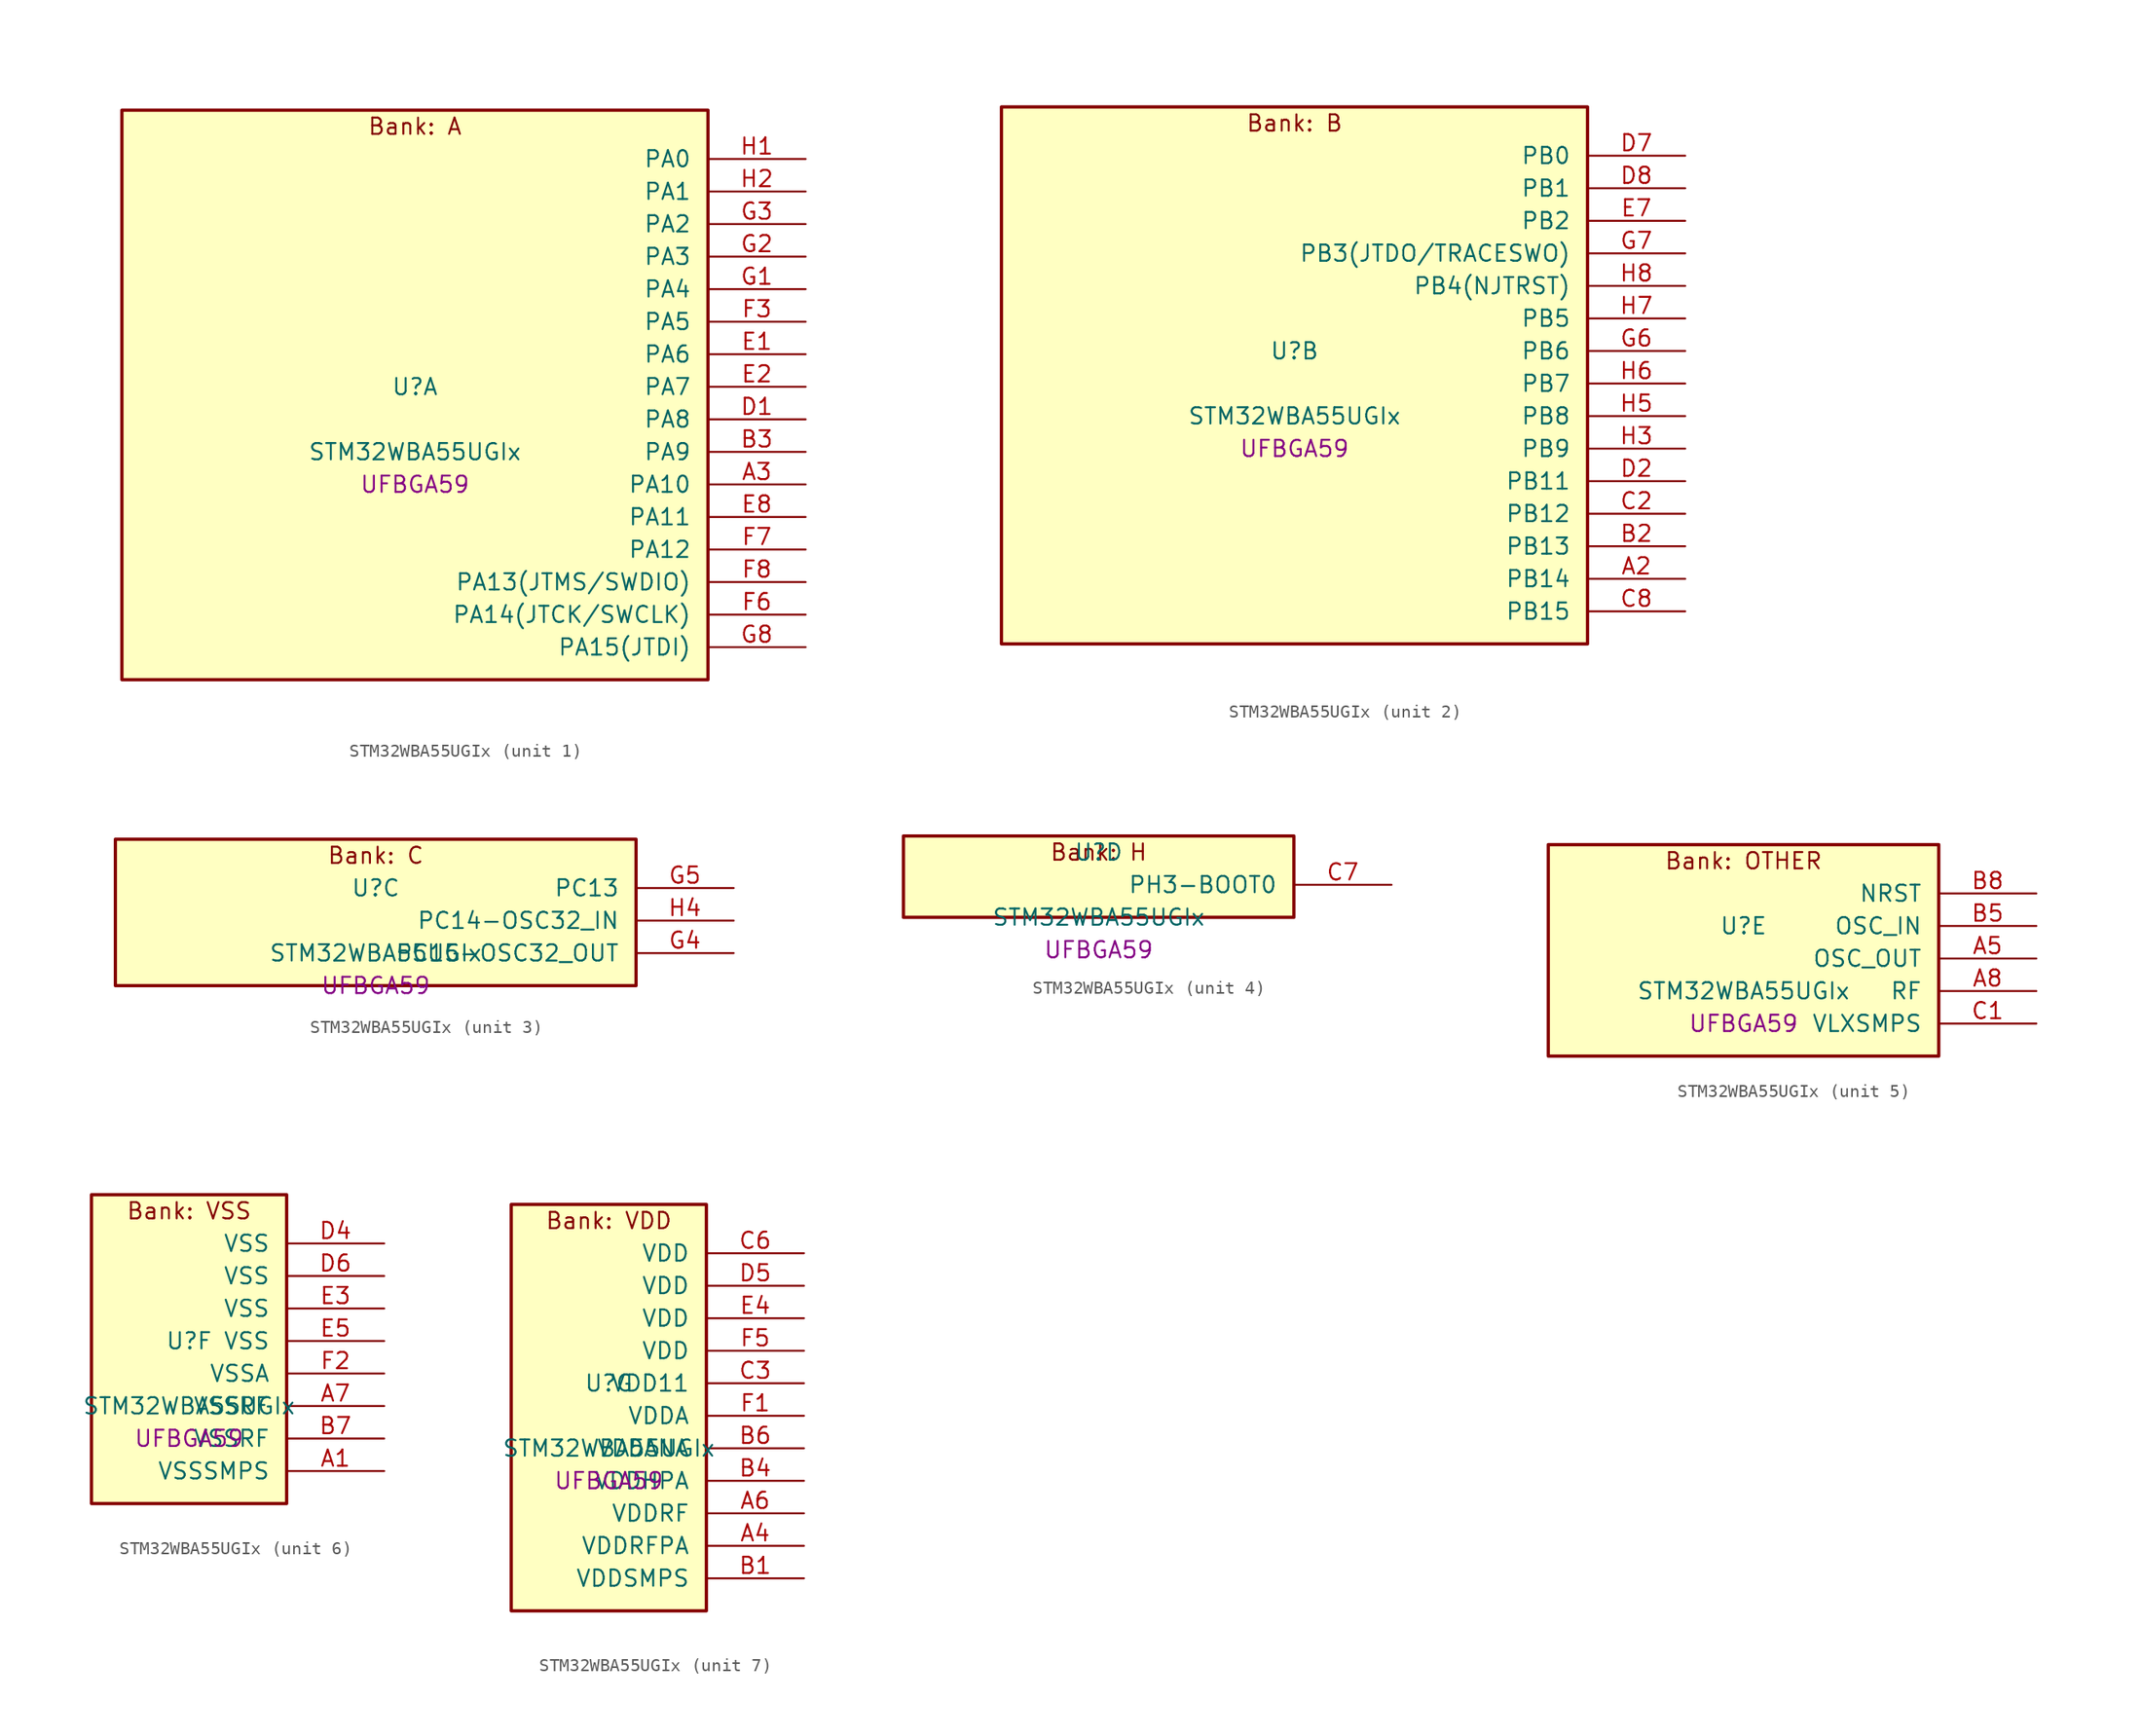
<source format=kicad_sym>
(kicad_symbol_lib
  (version 20241209)
  (generator "stm32_pkl_generator")
  (generator_version "1.0")
  (symbol "STM32WBA55UGIx"
    (pin_names
      (offset 1.27))
    (property "Reference" "U"
      (at 0 2.54 0))
    (property "Value" "STM32WBA55UGIx"
      (at 0 -2.54 0))
    (property "Footprint" "UFBGA59"
      (at 0 -5.08 0))
    (symbol "STM32WBA55UGIx_1_1"
      (rectangle (start -22.86 24.13) (end 22.86 -20.32) (stroke (width 0.254) (type solid)) (fill (type background)))
      (text "Bank: A" (at 0 22.86 0))
      (pin bidirectional line (at 30.48 20.32 180) (length 7.62) (name "PA0") (number "H1") (alternate "PA0/ADC4_IN9" bidirectional line) (alternate "PA0/COMP2_INP" bidirectional line) (alternate "PA0/LPTIM1_IN1" bidirectional line) (alternate "PA0/LPUART1_CTS" bidirectional line) (alternate "PA0/PWR_WKUP1" bidirectional line) (alternate "PA0/SPI3_SCK" bidirectional line) (alternate "PA0/TIM1_CH2N" bidirectional line) (alternate "PA0/TIM3_CH3" bidirectional line) (alternate "PA0/TIM3_ETR" bidirectional line) (alternate "PA0/TSC_G2_IO2" bidirectional line))
      (pin bidirectional line (at 30.48 17.78 180) (length 7.62) (name "PA1") (number "H2") (alternate "PA1/ADC4_IN8" bidirectional line) (alternate "PA1/COMP1_INM" bidirectional line) (alternate "PA1/LPTIM2_CH2" bidirectional line) (alternate "PA1/LPUART1_RX" bidirectional line) (alternate "PA1/PWR_WKUP3" bidirectional line) (alternate "PA1/SAI1_CK1" bidirectional line) (alternate "PA1/SPI1_RDY" bidirectional line) (alternate "PA1/TIM17_CH1" bidirectional line) (alternate "PA1/TIM1_CH1N" bidirectional line) (alternate "PA1/TIM3_CH2" bidirectional line) (alternate "PA1/TSC_G2_IO1" bidirectional line) (alternate "PA1/USART1_CK" bidirectional line))
      (pin bidirectional line (at 30.48 15.24 180) (length 7.62) (name "PA2") (number "G3") (alternate "PA2/ADC4_IN7" bidirectional line) (alternate "PA2/COMP1_INP" bidirectional line) (alternate "PA2/LPUART1_TX" bidirectional line) (alternate "PA2/PWR_WKUP4" bidirectional line) (alternate "PA2/RCC_LSCO" bidirectional line) (alternate "PA2/SAI1_D1" bidirectional line) (alternate "PA2/TIM16_CH1" bidirectional line) (alternate "PA2/TIM1_BKIN" bidirectional line) (alternate "PA2/TIM3_CH1" bidirectional line) (alternate "PA2/TSC_G4_IO4" bidirectional line) (alternate "PA2/USART1_DE" bidirectional line) (alternate "PA2/USART1_RTS" bidirectional line))
      (pin bidirectional line (at 30.48 12.7 180) (length 7.62) (name "PA3") (number "G2") (alternate "PA3/ADC4_IN6" bidirectional line) (alternate "PA3/PWR_WKUP5" bidirectional line) (alternate "PA3/TIM16_CH1N" bidirectional line) (alternate "PA3/TSC_G4_IO2" bidirectional line) (alternate "PA3/USART1_DE" bidirectional line) (alternate "PA3/USART1_RTS" bidirectional line))
      (pin bidirectional line (at 30.48 10.16 180) (length 7.62) (name "PA4") (number "G1") (alternate "PA4/ADC4_IN5" bidirectional line) (alternate "PA4/AUDIOCLK" bidirectional line) (alternate "PA4/PWR_WKUP2" bidirectional line) (alternate "PA4/TAMP_IN6" bidirectional line) (alternate "PA4/TAMP_OUT3" bidirectional line) (alternate "PA4/TIM16_CH1" bidirectional line) (alternate "PA4/TSC_G4_IO1" bidirectional line) (alternate "PA4/USART1_CTS" bidirectional line))
      (pin bidirectional line (at 30.48 7.62 180) (length 7.62) (name "PA5") (number "F3") (alternate "PA5/ADC4_IN4" bidirectional line) (alternate "PA5/AUDIOCLK" bidirectional line) (alternate "PA5/LPTIM2_ETR" bidirectional line) (alternate "PA5/PWR_CSLEEP" bidirectional line) (alternate "PA5/PWR_WKUP6" bidirectional line) (alternate "PA5/SAI1_D2" bidirectional line) (alternate "PA5/SPI3_NSS" bidirectional line) (alternate "PA5/TIM2_CH1" bidirectional line) (alternate "PA5/TIM2_ETR" bidirectional line) (alternate "PA5/TSC_G1_IO4" bidirectional line) (alternate "PA5/USART1_CK" bidirectional line))
      (pin bidirectional line (at 30.48 5.08 180) (length 7.62) (name "PA6") (number "E1") (alternate "PA6/ADC4_IN3" bidirectional line) (alternate "PA6/I2C3_SCL" bidirectional line) (alternate "PA6/PWR_CSTOP" bidirectional line) (alternate "PA6/PWR_WKUP7" bidirectional line) (alternate "PA6/SAI1_CK2" bidirectional line) (alternate "PA6/SAI1_MCLK_A" bidirectional line) (alternate "PA6/SPI3_RDY" bidirectional line) (alternate "PA6/TIM2_CH4" bidirectional line) (alternate "PA6/TSC_G1_IO3" bidirectional line) (alternate "PA6/USART1_DE" bidirectional line) (alternate "PA6/USART1_RTS" bidirectional line))
      (pin bidirectional line (at 30.48 2.54 180) (length 7.62) (name "PA7") (number "E2") (alternate "PA7/ADC4_IN2" bidirectional line) (alternate "PA7/COMP1_OUT" bidirectional line) (alternate "PA7/I2C3_SDA" bidirectional line) (alternate "PA7/PWR_WKUP8" bidirectional line) (alternate "PA7/SAI1_SCK_A" bidirectional line) (alternate "PA7/TAMP_IN1" bidirectional line) (alternate "PA7/TAMP_OUT2" bidirectional line) (alternate "PA7/TIM2_CH3" bidirectional line) (alternate "PA7/TSC_G1_IO2" bidirectional line) (alternate "PA7/USART1_CTS" bidirectional line))
      (pin bidirectional line (at 30.48 0 180) (length 7.62) (name "PA8") (number "D1") (alternate "PA8/ADC4_IN1" bidirectional line) (alternate "PA8/LPTIM1_CH2" bidirectional line) (alternate "PA8/RCC_MCO" bidirectional line) (alternate "PA8/SAI1_FS_A" bidirectional line) (alternate "PA8/SPI3_RDY" bidirectional line) (alternate "PA8/TIM2_CH2" bidirectional line) (alternate "PA8/TSC_G1_IO1" bidirectional line) (alternate "PA8/USART1_RX" bidirectional line))
      (pin bidirectional line (at 30.48 -2.54 180) (length 7.62) (name "PA9") (number "B3") (alternate "PA9/LPUART1_DE" bidirectional line) (alternate "PA9/LPUART1_RTS" bidirectional line) (alternate "PA9/SAI1_CK1" bidirectional line) (alternate "PA9/TIM3_CH2" bidirectional line))
      (pin bidirectional line (at 30.48 -5.08 180) (length 7.62) (name "PA10") (number "A3") (alternate "PA10/LPUART1_RX" bidirectional line) (alternate "PA10/SAI1_D1" bidirectional line) (alternate "PA10/TIM3_CH1" bidirectional line))
      (pin bidirectional line (at 30.48 -7.62 180) (length 7.62) (name "PA11") (number "E8") (alternate "PA11/LPTIM2_CH1" bidirectional line) (alternate "PA11/RF_ANTSW1" bidirectional line) (alternate "PA11/TIM1_CH1" bidirectional line) (alternate "PA11/USART2_RX" bidirectional line))
      (pin bidirectional line (at 30.48 -10.16 180) (length 7.62) (name "PA12") (number "F7") (alternate "PA12/COMP2_OUT" bidirectional line) (alternate "PA12/PTA_STATUS" bidirectional line) (alternate "PA12/PWR_WKUP6" bidirectional line) (alternate "PA12/RF_ANTSW0" bidirectional line) (alternate "PA12/SPI1_NSS" bidirectional line) (alternate "PA12/TIM1_CH2" bidirectional line) (alternate "PA12/TSC_G3_IO4" bidirectional line) (alternate "PA12/USART2_TX" bidirectional line))
      (pin bidirectional line (at 30.48 -12.7 180) (length 7.62) (name "PA13(JTMS/SWDIO)") (number "F8") (alternate "PA13(JTMS/SWDIO)/DEBUG_JTMS-SWDIO" bidirectional line) (alternate "PA13(JTMS/SWDIO)/IR_OUT" bidirectional line) (alternate "PA13(JTMS/SWDIO)/PTA_PRIORITY" bidirectional line))
      (pin bidirectional line (at 30.48 -15.24 180) (length 7.62) (name "PA14(JTCK/SWCLK)") (number "F6") (alternate "PA14(JTCK/SWCLK)/COMP2_OUT" bidirectional line) (alternate "PA14(JTCK/SWCLK)/DEBUG_JTCK-SWCLK" bidirectional line) (alternate "PA14(JTCK/SWCLK)/PTA_STATUS" bidirectional line) (alternate "PA14(JTCK/SWCLK)/TAMP_IN3" bidirectional line) (alternate "PA14(JTCK/SWCLK)/TAMP_OUT6" bidirectional line) (alternate "PA14(JTCK/SWCLK)/USART2_TX" bidirectional line))
      (pin bidirectional line (at 30.48 -17.78 180) (length 7.62) (name "PA15(JTDI)") (number "G8") (alternate "PA15(JTDI)/ADC4_EXTI15" bidirectional line) (alternate "PA15(JTDI)/DEBUG_JTDI" bidirectional line) (alternate "PA15(JTDI)/I2C1_SCL" bidirectional line) (alternate "PA15(JTDI)/LPTIM1_CH2" bidirectional line) (alternate "PA15(JTDI)/PTA_STATUS" bidirectional line) (alternate "PA15(JTDI)/SPI1_MOSI" bidirectional line) (alternate "PA15(JTDI)/TIM17_BKIN" bidirectional line) (alternate "PA15(JTDI)/TIM1_ETR" bidirectional line) (alternate "PA15(JTDI)/TSC_G3_IO3" bidirectional line) (alternate "PA15(JTDI)/USART2_DE" bidirectional line) (alternate "PA15(JTDI)/USART2_RTS" bidirectional line)))
    (symbol "STM32WBA55UGIx_2_1"
      (rectangle (start -22.86 21.59) (end 22.86 -20.32) (stroke (width 0.254) (type solid)) (fill (type background)))
      (text "Bank: B" (at 0 20.32 0))
      (pin bidirectional line (at 30.48 17.78 180) (length 7.62) (name "PB0") (number "D7") (alternate "PB0/LPTIM2_IN2" bidirectional line) (alternate "PB0/TIM1_CH3N" bidirectional line) (alternate "PB0/USART2_TX" bidirectional line))
      (pin bidirectional line (at 30.48 15.24 180) (length 7.62) (name "PB1") (number "D8") (alternate "PB1/I2C1_SDA" bidirectional line) (alternate "PB1/I2C3_SDA" bidirectional line) (alternate "PB1/PWR_WKUP4" bidirectional line) (alternate "PB1/TIM1_CH2N" bidirectional line) (alternate "PB1/USART2_DE" bidirectional line) (alternate "PB1/USART2_RTS" bidirectional line))
      (pin bidirectional line (at 30.48 12.7 180) (length 7.62) (name "PB2") (number "E7") (alternate "PB2/I2C1_SCL" bidirectional line) (alternate "PB2/I2C3_SCL" bidirectional line) (alternate "PB2/PWR_WKUP1" bidirectional line) (alternate "PB2/RF_ANTSW2" bidirectional line) (alternate "PB2/RTC_OUT2" bidirectional line) (alternate "PB2/TIM1_CH1N" bidirectional line) (alternate "PB2/USART2_CTS" bidirectional line))
      (pin bidirectional line (at 30.48 10.16 180) (length 7.62) (name "PB3(JTDO/TRACESWO)") (number "G7") (alternate "PB3(JTDO/TRACESWO)/DEBUG_JTDO-SWO" bidirectional line) (alternate "PB3(JTDO/TRACESWO)/I2C1_SDA" bidirectional line) (alternate "PB3(JTDO/TRACESWO)/LPTIM1_IN2" bidirectional line) (alternate "PB3(JTDO/TRACESWO)/PTA_ACTIVE" bidirectional line) (alternate "PB3(JTDO/TRACESWO)/SPI1_MISO" bidirectional line) (alternate "PB3(JTDO/TRACESWO)/TIM17_CH1N" bidirectional line) (alternate "PB3(JTDO/TRACESWO)/TIM1_CH4" bidirectional line) (alternate "PB3(JTDO/TRACESWO)/TSC_G3_IO2" bidirectional line) (alternate "PB3(JTDO/TRACESWO)/USART2_CK" bidirectional line))
      (pin bidirectional line (at 30.48 7.62 180) (length 7.62) (name "PB4(NJTRST)") (number "H8") (alternate "PB4(NJTRST)/DEBUG_JTRST" bidirectional line) (alternate "PB4(NJTRST)/LPTIM2_IN2" bidirectional line) (alternate "PB4(NJTRST)/PTA_ACTIVE" bidirectional line) (alternate "PB4(NJTRST)/PTA_PRIORITY" bidirectional line) (alternate "PB4(NJTRST)/SAI1_MCLK_B" bidirectional line) (alternate "PB4(NJTRST)/SPI1_SCK" bidirectional line) (alternate "PB4(NJTRST)/TIM17_CH1" bidirectional line) (alternate "PB4(NJTRST)/TIM1_CH3" bidirectional line) (alternate "PB4(NJTRST)/TSC_G3_IO1" bidirectional line) (alternate "PB4(NJTRST)/USART2_RX" bidirectional line))
      (pin bidirectional line (at 30.48 5.08 180) (length 7.62) (name "PB5") (number "H7") (alternate "PB5/LPUART1_TX" bidirectional line) (alternate "PB5/SAI1_D2" bidirectional line) (alternate "PB5/SAI1_FS_B" bidirectional line) (alternate "PB5/TIM3_CH1" bidirectional line) (alternate "PB5/TSC_G5_IO4" bidirectional line))
      (pin bidirectional line (at 30.48 2.54 180) (length 7.62) (name "PB6") (number "G6") (alternate "PB6/PWR_WKUP3" bidirectional line) (alternate "PB6/SAI1_SCK_B" bidirectional line) (alternate "PB6/TIM2_CH1" bidirectional line) (alternate "PB6/TIM2_ETR" bidirectional line) (alternate "PB6/TSC_G5_IO3" bidirectional line))
      (pin bidirectional line (at 30.48 0 180) (length 7.62) (name "PB7") (number "H6") (alternate "PB7/PWR_WKUP5" bidirectional line) (alternate "PB7/SAI1_SD_B" bidirectional line) (alternate "PB7/TAMP_IN5" bidirectional line) (alternate "PB7/TAMP_OUT4" bidirectional line) (alternate "PB7/TIM1_CH4N" bidirectional line) (alternate "PB7/TSC_G5_IO2" bidirectional line))
      (pin bidirectional line (at 30.48 -2.54 180) (length 7.62) (name "PB8") (number "H5") (alternate "PB8/COMP1_OUT" bidirectional line) (alternate "PB8/LPTIM1_ETR" bidirectional line) (alternate "PB8/PWR_PVD_IN" bidirectional line) (alternate "PB8/SPI3_MOSI" bidirectional line) (alternate "PB8/TIM16_CH1N" bidirectional line) (alternate "PB8/TIM1_CH1" bidirectional line) (alternate "PB8/TIM3_ETR" bidirectional line) (alternate "PB8/TSC_G2_IO4" bidirectional line) (alternate "PB8/USART2_RX" bidirectional line))
      (pin bidirectional line (at 30.48 -5.08 180) (length 7.62) (name "PB9") (number "H3") (alternate "PB9/ADC4_IN10" bidirectional line) (alternate "PB9/COMP2_INM" bidirectional line) (alternate "PB9/IR_OUT" bidirectional line) (alternate "PB9/LPTIM2_IN1" bidirectional line) (alternate "PB9/LPUART1_DE" bidirectional line) (alternate "PB9/LPUART1_RTS" bidirectional line) (alternate "PB9/PWR_WKUP8" bidirectional line) (alternate "PB9/SPI3_MISO" bidirectional line) (alternate "PB9/TIM16_CH1" bidirectional line) (alternate "PB9/TIM1_CH3N" bidirectional line) (alternate "PB9/TIM3_CH4" bidirectional line) (alternate "PB9/TSC_G2_IO3" bidirectional line))
      (pin bidirectional line (at 30.48 -7.62 180) (length 7.62) (name "PB11") (number "D2") (alternate "PB11/LPTIM1_CH1" bidirectional line) (alternate "PB11/LPTIM1_ETR" bidirectional line) (alternate "PB11/LPUART1_TX" bidirectional line))
      (pin bidirectional line (at 30.48 -10.16 180) (length 7.62) (name "PB12") (number "C2") (alternate "PB12/SAI1_SD_A" bidirectional line) (alternate "PB12/SPI1_RDY" bidirectional line) (alternate "PB12/TIM2_CH1" bidirectional line) (alternate "PB12/TIM2_ETR" bidirectional line) (alternate "PB12/TIM3_ETR" bidirectional line) (alternate "PB12/TSC_SYNC" bidirectional line) (alternate "PB12/USART1_TX" bidirectional line))
      (pin bidirectional line (at 30.48 -12.7 180) (length 7.62) (name "PB13") (number "B2") (alternate "PB13/TIM3_CH4" bidirectional line) (alternate "PB13/TSC_G6_IO2" bidirectional line))
      (pin bidirectional line (at 30.48 -15.24 180) (length 7.62) (name "PB14") (number "A2") (alternate "PB14/PWR_WKUP7" bidirectional line) (alternate "PB14/RTC_REFIN" bidirectional line) (alternate "PB14/SAI1_SD_A" bidirectional line) (alternate "PB14/TIM3_CH3" bidirectional line) (alternate "PB14/TSC_G6_IO1" bidirectional line) (alternate "PB14/USART1_TX" bidirectional line))
      (pin bidirectional line (at 30.48 -17.78 180) (length 7.62) (name "PB15") (number "C8") (alternate "PB15/ADC4_EXTI15" bidirectional line) (alternate "PB15/I2C1_SMBA" bidirectional line) (alternate "PB15/I2C3_SMBA" bidirectional line) (alternate "PB15/LPUART1_CTS" bidirectional line) (alternate "PB15/PTA_GRANT" bidirectional line) (alternate "PB15/RF_EXTPABYP" bidirectional line) (alternate "PB15/TIM16_BKIN" bidirectional line) (alternate "PB15/TIM1_BKIN2" bidirectional line) (alternate "PB15/USART2_CTS" bidirectional line)))
    (symbol "STM32WBA55UGIx_3_1"
      (rectangle (start -20.32 6.35) (end 20.32 -5.08) (stroke (width 0.254) (type solid)) (fill (type background)))
      (text "Bank: C" (at 0 5.08 0))
      (pin bidirectional line (at 27.94 2.54 180) (length 7.62) (name "PC13") (number "G5") (alternate "PC13/PWR_WKUP2" bidirectional line) (alternate "PC13/RTC_OUT1" bidirectional line) (alternate "PC13/RTC_TS" bidirectional line) (alternate "PC13/TAMP_IN4" bidirectional line) (alternate "PC13/TAMP_OUT5" bidirectional line) (alternate "PC13/TIM1_BKIN2" bidirectional line) (alternate "PC13/TSC_G5_IO1" bidirectional line))
      (pin bidirectional line (at 27.94 0 180) (length 7.62) (name "PC14-OSC32_IN") (number "H4") (alternate "PC14-OSC32_IN/RCC_OSC32_IN" bidirectional line))
      (pin bidirectional line (at 27.94 -2.54 180) (length 7.62) (name "PC15-OSC32_OUT") (number "G4") (alternate "PC15-OSC32_OUT/ADC4_EXTI15" bidirectional line) (alternate "PC15-OSC32_OUT/RCC_OSC32_OUT" bidirectional line)))
    (symbol "STM32WBA55UGIx_4_1"
      (rectangle (start -15.24 3.81) (end 15.24 -2.54) (stroke (width 0.254) (type solid)) (fill (type background)))
      (text "Bank: H" (at 0 2.54 0))
      (pin bidirectional line (at 22.86 0 180) (length 7.62) (name "PH3-BOOT0") (number "C7") (alternate "PH3-BOOT0/PTA_GRANT" bidirectional line) (alternate "PH3-BOOT0/RF_EXTPABYP" bidirectional line) (alternate "PH3-BOOT0/TAMP_IN2" bidirectional line) (alternate "PH3-BOOT0/TAMP_OUT1" bidirectional line)))
    (symbol "STM32WBA55UGIx_5_1"
      (rectangle (start -15.24 8.89) (end 15.24 -7.62) (stroke (width 0.254) (type solid)) (fill (type background)))
      (text "Bank: OTHER" (at 0 7.62 0))
      (pin input line (at 22.86 5.08 180) (length 7.62) (name "NRST") (number "B8"))
      (pin bidirectional line (at 22.86 2.54 180) (length 7.62) (name "OSC_IN") (number "B5") (alternate "OSC_IN/RCC_OSC_IN" bidirectional line))
      (pin bidirectional line (at 22.86 0 180) (length 7.62) (name "OSC_OUT") (number "A5") (alternate "OSC_OUT/RCC_OSC_OUT" bidirectional line))
      (pin bidirectional line (at 22.86 -2.54 180) (length 7.62) (name "RF") (number "A8"))
      (pin power_in line (at 22.86 -5.08 180) (length 7.62) (name "VLXSMPS") (number "C1")))
    (symbol "STM32WBA55UGIx_6_1"
      (rectangle (start -7.62 13.97) (end 7.62 -10.16) (stroke (width 0.254) (type solid)) (fill (type background)))
      (text "Bank: VSS" (at 0 12.7 0))
      (pin power_in line (at 15.24 10.16 180) (length 7.62) (name "VSS") (number "D4"))
      (pin power_in line (at 15.24 7.62 180) (length 7.62) (name "VSS") (number "D6"))
      (pin power_in line (at 15.24 5.08 180) (length 7.62) (name "VSS") (number "E3"))
      (pin power_in line (at 15.24 2.54 180) (length 7.62) (name "VSS") (number "E5"))
      (pin power_in line (at 15.24 0 180) (length 7.62) (name "VSSA") (number "F2"))
      (pin power_in line (at 15.24 -2.54 180) (length 7.62) (name "VSSRF") (number "A7"))
      (pin power_in line (at 15.24 -5.08 180) (length 7.62) (name "VSSRF") (number "B7"))
      (pin power_in line (at 15.24 -7.62 180) (length 7.62) (name "VSSSMPS") (number "A1")))
    (symbol "STM32WBA55UGIx_7_1"
      (rectangle (start -7.62 16.51) (end 7.62 -15.24) (stroke (width 0.254) (type solid)) (fill (type background)))
      (text "Bank: VDD" (at 0 15.24 0))
      (pin power_in line (at 15.24 12.7 180) (length 7.62) (name "VDD") (number "C6"))
      (pin power_in line (at 15.24 10.16 180) (length 7.62) (name "VDD") (number "D5"))
      (pin power_in line (at 15.24 7.62 180) (length 7.62) (name "VDD") (number "E4"))
      (pin power_in line (at 15.24 5.08 180) (length 7.62) (name "VDD") (number "F5"))
      (pin power_in line (at 15.24 2.54 180) (length 7.62) (name "VDD11") (number "C3"))
      (pin power_in line (at 15.24 0 180) (length 7.62) (name "VDDA") (number "F1"))
      (pin power_in line (at 15.24 -2.54 180) (length 7.62) (name "VDDANA") (number "B6"))
      (pin power_in line (at 15.24 -5.08 180) (length 7.62) (name "VDDHPA") (number "B4"))
      (pin power_in line (at 15.24 -7.62 180) (length 7.62) (name "VDDRF") (number "A6"))
      (pin power_in line (at 15.24 -10.16 180) (length 7.62) (name "VDDRFPA") (number "A4"))
      (pin power_in line (at 15.24 -12.7 180) (length 7.62) (name "VDDSMPS") (number "B1")))))
</source>
